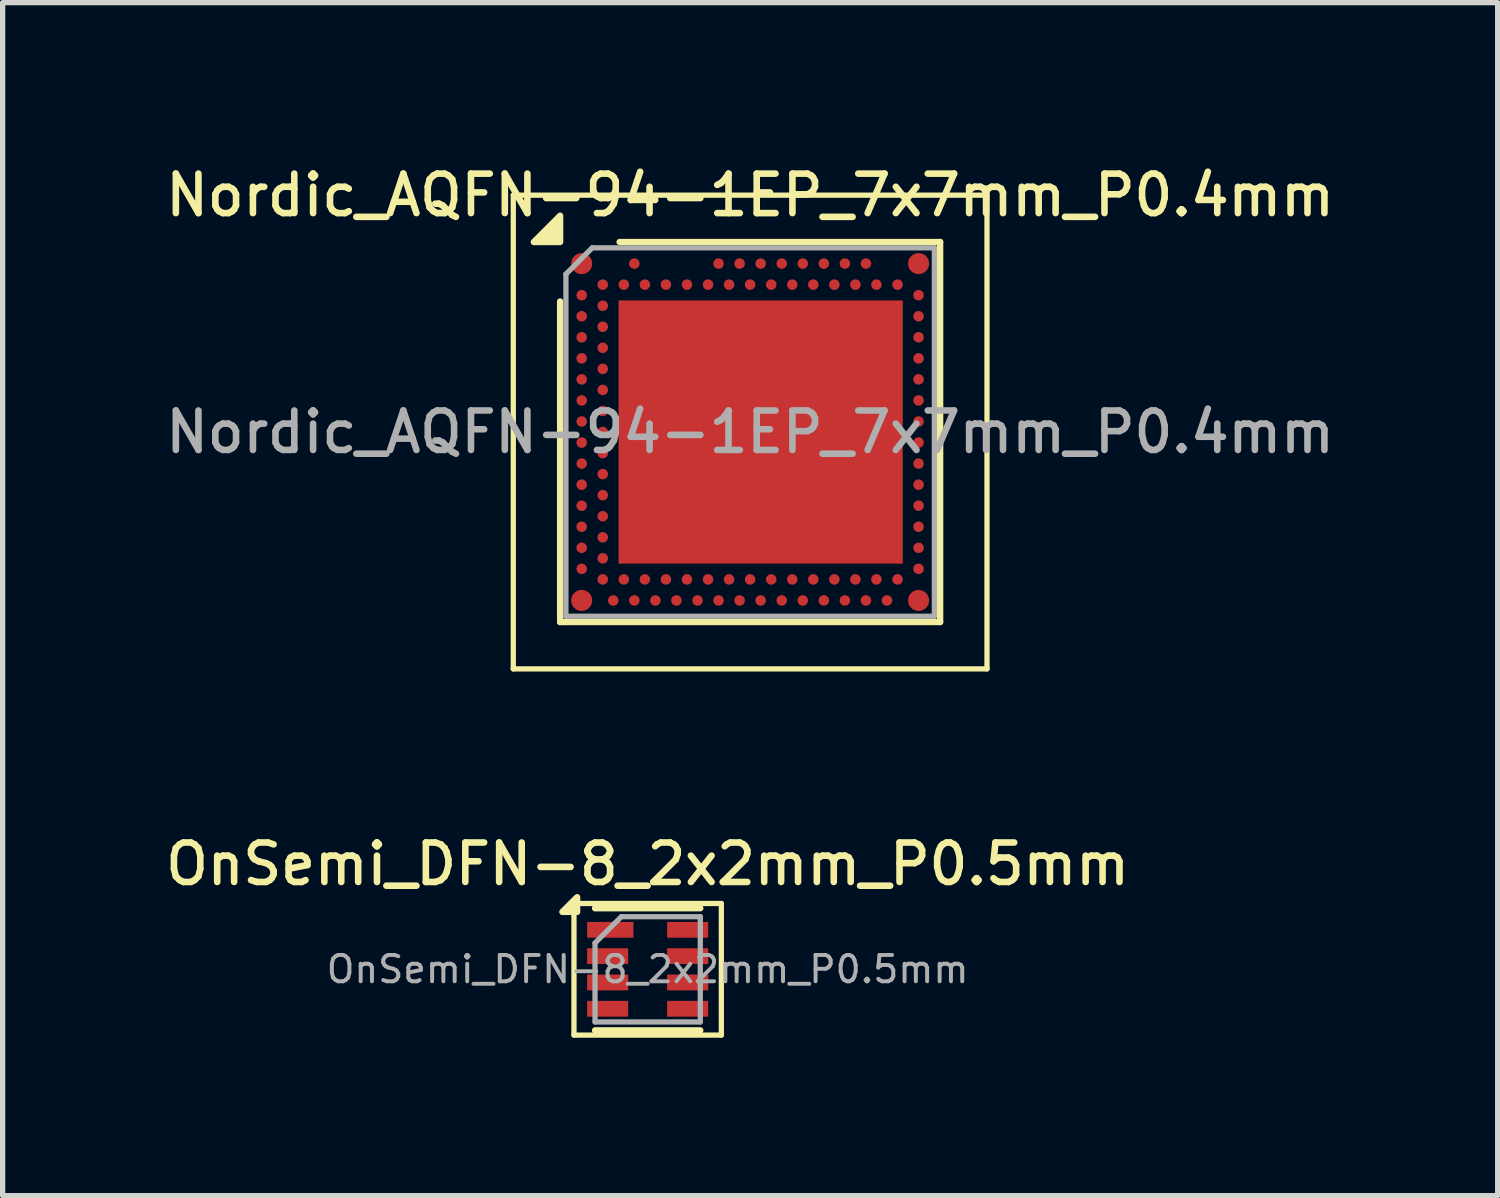
<source format=kicad_pcb>
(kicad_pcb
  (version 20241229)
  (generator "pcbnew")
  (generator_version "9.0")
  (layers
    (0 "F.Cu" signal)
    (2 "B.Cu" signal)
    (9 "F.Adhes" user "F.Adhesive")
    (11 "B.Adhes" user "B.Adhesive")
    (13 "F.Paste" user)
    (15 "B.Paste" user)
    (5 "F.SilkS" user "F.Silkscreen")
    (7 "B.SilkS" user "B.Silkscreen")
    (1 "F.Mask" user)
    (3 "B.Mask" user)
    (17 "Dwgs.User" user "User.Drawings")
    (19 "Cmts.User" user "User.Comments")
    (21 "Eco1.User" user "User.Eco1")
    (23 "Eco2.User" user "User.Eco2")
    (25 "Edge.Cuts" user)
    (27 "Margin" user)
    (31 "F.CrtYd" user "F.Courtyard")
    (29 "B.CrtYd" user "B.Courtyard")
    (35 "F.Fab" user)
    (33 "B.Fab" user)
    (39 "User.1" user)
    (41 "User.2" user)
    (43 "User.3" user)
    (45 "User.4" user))
  (footprint "OnSemi_DFN-8_2x2mm_P0.5mm"
    (layer "F.Cu")
    (at 9.255 15.366)
    (property "Reference" "OnSemi_DFN-8_2x2mm_P0.5mm" (at 0 -2 0) (layer "F.SilkS") (effects (font (size 0.75 0.75) (thickness 0.125))))
    (attr smd)
    (fp_line (start -1.4 -1.25) (end -1.4 1.25) (stroke (width 0.1) (type solid)) (layer "F.SilkS"))
    (fp_line (start -1.4 -1.25) (end 1.4 -1.25) (stroke (width 0.1) (type solid)) (layer "F.SilkS"))
    (fp_line (start -1.4 1.25) (end 1.4 1.25) (stroke (width 0.1) (type solid)) (layer "F.SilkS"))
    (fp_line (start -1 -1.16) (end 1 -1.16) (stroke (width 0.12) (type solid)) (layer "F.SilkS"))
    (fp_line (start -1 1.16) (end 1 1.16) (stroke (width 0.12) (type solid)) (layer "F.SilkS"))
    (fp_line (start 1.4 -1.25) (end 1.4 1.25) (stroke (width 0.1) (type solid)) (layer "F.SilkS"))
    (fp_poly (pts (xy -1.34 -1.09) (xy -1.62 -1.09) (xy -1.34 -1.37) (xy -1.34 -1.09)) (stroke (width 0.12) (type solid)) (fill yes) (layer "F.SilkS"))
    (fp_line (start -1 -0.5) (end -0.5 -1) (stroke (width 0.1) (type solid)) (layer "F.Fab"))
    (fp_line (start -1 1) (end -1 -0.5) (stroke (width 0.1) (type solid)) (layer "F.Fab"))
    (fp_line (start -0.5 -1) (end 1 -1) (stroke (width 0.1) (type solid)) (layer "F.Fab"))
    (fp_line (start 1 -1) (end 1 1) (stroke (width 0.1) (type solid)) (layer "F.Fab"))
    (fp_line (start 1 1) (end -1 1) (stroke (width 0.1) (type solid)) (layer "F.Fab"))
    (fp_text user "${REFERENCE}" (at 0 0 0) (layer "F.Fab") (effects (font (size 0.5 0.5) (thickness 0.075))))
    (pad "1" smd rect (at -0.71 -0.75) (size 0.88 0.3) (layers "F.Cu" "F.Mask" "F.Paste"))
    (pad "2" smd rect (at -0.76 -0.25) (size 0.78 0.3) (layers "F.Cu" "F.Mask" "F.Paste"))
    (pad "3" smd rect (at -0.76 0.25) (size 0.78 0.3) (layers "F.Cu" "F.Mask" "F.Paste"))
    (pad "4" smd rect (at -0.76 0.75) (size 0.78 0.3) (layers "F.Cu" "F.Mask" "F.Paste"))
    (pad "5" smd rect (at 0.76 0.75) (size 0.78 0.3) (layers "F.Cu" "F.Mask" "F.Paste"))
    (pad "6" smd rect (at 0.76 0.25) (size 0.78 0.3) (layers "F.Cu" "F.Mask" "F.Paste"))
    (pad "7" smd rect (at 0.76 -0.25) (size 0.78 0.3) (layers "F.Cu" "F.Mask" "F.Paste"))
    (pad "8" smd rect (at 0.76 -0.75) (size 0.78 0.3) (layers "F.Cu" "F.Mask" "F.Paste")))
  (footprint "Nordic_AQFN-94-1EP_7x7mm_P0.4mm"
    (layer "F.Cu")
    (at 11.202 5.158)
    (property "Reference" "Nordic_AQFN-94-1EP_7x7mm_P0.4mm" (at 0 -4.5 0) (layer "F.SilkS") (effects (font (size 0.75 0.75) (thickness 0.125))))
    (attr smd)
    (fp_line (start -4.5 -4.5) (end 4.5 -4.5) (stroke (width 0.1) (type solid)) (layer "F.SilkS"))
    (fp_line (start -4.5 4.5) (end -4.5 -4.5) (stroke (width 0.1) (type solid)) (layer "F.SilkS"))
    (fp_line (start -3.61 -2.48) (end -3.61 3.61) (stroke (width 0.12) (type solid)) (layer "F.SilkS"))
    (fp_line (start -3.61 3.61) (end 3.61 3.61) (stroke (width 0.12) (type solid)) (layer "F.SilkS"))
    (fp_line (start 3.61 -3.61) (end -2.48 -3.61) (stroke (width 0.12) (type solid)) (layer "F.SilkS"))
    (fp_line (start 3.61 3.61) (end 3.61 -3.61) (stroke (width 0.12) (type solid)) (layer "F.SilkS"))
    (fp_line (start 4.5 -4.5) (end 4.5 4.5) (stroke (width 0.1) (type solid)) (layer "F.SilkS"))
    (fp_line (start 4.5 4.5) (end -4.5 4.5) (stroke (width 0.1) (type solid)) (layer "F.SilkS"))
    (fp_poly (pts (xy -3.61 -3.61) (xy -4.11 -3.61) (xy -3.61 -4.11) (xy -3.61 -3.61)) (stroke (width 0.12) (type solid)) (fill yes) (layer "F.SilkS"))
    (fp_line (start -3.5 -3) (end -3.5 3.5) (stroke (width 0.1) (type solid)) (layer "F.Fab"))
    (fp_line (start -3.5 -3) (end -3 -3.5) (stroke (width 0.1) (type solid)) (layer "F.Fab"))
    (fp_line (start -3.5 3.5) (end 3.5 3.5) (stroke (width 0.1) (type solid)) (layer "F.Fab"))
    (fp_line (start -3 -3.5) (end 3.5 -3.5) (stroke (width 0.1) (type solid)) (layer "F.Fab"))
    (fp_line (start 3.5 -3.5) (end 3.5 3.5) (stroke (width 0.1) (type solid)) (layer "F.Fab"))
    (fp_text user "${REFERENCE}" (at 0 0 0) (layer "F.Fab") (effects (font (size 0.75 0.75) (thickness 0.125))))
    (pad "" smd circle (at -3.2 -3.2) (size 0.4 0.4) (property pad_prop_bga) (layers "F.Cu" "F.Mask" "F.Paste"))
    (pad "" smd circle (at -3.2 3.2) (size 0.4 0.4) (property pad_prop_bga) (layers "F.Cu" "F.Mask" "F.Paste"))
    (pad "" smd rect (at -1.1 -1.2 180) (size 2.2 2) (layers "F.Paste"))
    (pad "" smd rect (at -1.1 1.225 180) (size 2.2 2) (layers "F.Paste"))
    (pad "" smd rect (at 1.5 -1.2 180) (size 2.2 2) (layers "F.Paste"))
    (pad "" smd rect (at 1.5 1.225 180) (size 2.2 2) (layers "F.Paste"))
    (pad "" smd circle (at 3.2 -3.2) (size 0.4 0.4) (property pad_prop_bga) (layers "F.Cu" "F.Mask" "F.Paste"))
    (pad "" smd circle (at 3.2 3.2) (size 0.4 0.4) (property pad_prop_bga) (layers "F.Cu" "F.Mask" "F.Paste"))
    (pad "A5" smd circle (at -2.2 -3.2) (size 0.2 0.2) (property pad_prop_bga) (layers "F.Cu" "F.Mask" "F.Paste"))
    (pad "A13" smd circle (at -0.6 -3.2) (size 0.2 0.2) (property pad_prop_bga) (layers "F.Cu" "F.Mask" "F.Paste"))
    (pad "A15" smd circle (at -0.2 -3.2) (size 0.2 0.2) (property pad_prop_bga) (layers "F.Cu" "F.Mask" "F.Paste"))
    (pad "A17" smd circle (at 0.2 -3.2) (size 0.2 0.2) (property pad_prop_bga) (layers "F.Cu" "F.Mask" "F.Paste"))
    (pad "A19" smd circle (at 0.6 -3.2) (size 0.2 0.2) (property pad_prop_bga) (layers "F.Cu" "F.Mask" "F.Paste"))
    (pad "A21" smd circle (at 1 -3.2) (size 0.2 0.2) (property pad_prop_bga) (layers "F.Cu" "F.Mask" "F.Paste"))
    (pad "A23" smd circle (at 1.4 -3.2) (size 0.2 0.2) (property pad_prop_bga) (layers "F.Cu" "F.Mask" "F.Paste"))
    (pad "A25" smd circle (at 1.8 -3.2) (size 0.2 0.2) (property pad_prop_bga) (layers "F.Cu" "F.Mask" "F.Paste"))
    (pad "A27" smd circle (at 2.2 -3.2) (size 0.2 0.2) (property pad_prop_bga) (layers "F.Cu" "F.Mask" "F.Paste"))
    (pad "AA1" smd circle (at -3.2 1) (size 0.2 0.2) (property pad_prop_bga) (layers "F.Cu" "F.Mask" "F.Paste"))
    (pad "AA31" smd circle (at 3.2 1) (size 0.2 0.2) (property pad_prop_bga) (layers "F.Cu" "F.Mask" "F.Paste"))
    (pad "AB2" smd circle (at -2.8 1.2) (size 0.2 0.2) (property pad_prop_bga) (layers "F.Cu" "F.Mask" "F.Paste"))
    (pad "AC1" smd circle (at -3.2 1.4) (size 0.2 0.2) (property pad_prop_bga) (layers "F.Cu" "F.Mask" "F.Paste"))
    (pad "AC31" smd circle (at 3.2 1.4) (size 0.2 0.2) (property pad_prop_bga) (layers "F.Cu" "F.Mask" "F.Paste"))
    (pad "AD2" smd circle (at -2.8 1.6) (size 0.2 0.2) (property pad_prop_bga) (layers "F.Cu" "F.Mask" "F.Paste"))
    (pad "AE1" smd circle (at -3.2 1.8) (size 0.2 0.2) (property pad_prop_bga) (layers "F.Cu" "F.Mask" "F.Paste"))
    (pad "AE31" smd circle (at 3.2 1.8) (size 0.2 0.2) (property pad_prop_bga) (layers "F.Cu" "F.Mask" "F.Paste"))
    (pad "AF2" smd circle (at -2.8 2) (size 0.2 0.2) (property pad_prop_bga) (layers "F.Cu" "F.Mask" "F.Paste"))
    (pad "AG1" smd circle (at -3.2 2.2) (size 0.2 0.2) (property pad_prop_bga) (layers "F.Cu" "F.Mask" "F.Paste"))
    (pad "AG31" smd circle (at 3.2 2.2) (size 0.2 0.2) (property pad_prop_bga) (layers "F.Cu" "F.Mask" "F.Paste"))
    (pad "AH2" smd circle (at -2.8 2.4) (size 0.2 0.2) (property pad_prop_bga) (layers "F.Cu" "F.Mask" "F.Paste"))
    (pad "AJ1" smd circle (at -3.2 2.6) (size 0.2 0.2) (property pad_prop_bga) (layers "F.Cu" "F.Mask" "F.Paste"))
    (pad "AJ31" smd circle (at 3.2 2.6) (size 0.2 0.2) (property pad_prop_bga) (layers "F.Cu" "F.Mask" "F.Paste"))
    (pad "AK2" smd circle (at -2.8 2.8) (size 0.2 0.2) (property pad_prop_bga) (layers "F.Cu" "F.Mask" "F.Paste"))
    (pad "AK4" smd circle (at -2.4 2.8) (size 0.2 0.2) (property pad_prop_bga) (layers "F.Cu" "F.Mask" "F.Paste"))
    (pad "AK6" smd circle (at -2 2.8) (size 0.2 0.2) (property pad_prop_bga) (layers "F.Cu" "F.Mask" "F.Paste"))
    (pad "AK8" smd circle (at -1.6 2.8) (size 0.2 0.2) (property pad_prop_bga) (layers "F.Cu" "F.Mask" "F.Paste"))
    (pad "AK10" smd circle (at -1.2 2.8) (size 0.2 0.2) (property pad_prop_bga) (layers "F.Cu" "F.Mask" "F.Paste"))
    (pad "AK12" smd circle (at -0.8 2.8) (size 0.2 0.2) (property pad_prop_bga) (layers "F.Cu" "F.Mask" "F.Paste"))
    (pad "AK14" smd circle (at -0.4 2.8) (size 0.2 0.2) (property pad_prop_bga) (layers "F.Cu" "F.Mask" "F.Paste"))
    (pad "AK16" smd circle (at 0 2.8) (size 0.2 0.2) (property pad_prop_bga) (layers "F.Cu" "F.Mask" "F.Paste"))
    (pad "AK18" smd circle (at 0.4 2.8) (size 0.2 0.2) (property pad_prop_bga) (layers "F.Cu" "F.Mask" "F.Paste"))
    (pad "AK20" smd circle (at 0.8 2.8) (size 0.2 0.2) (property pad_prop_bga) (layers "F.Cu" "F.Mask" "F.Paste"))
    (pad "AK22" smd circle (at 1.2 2.8) (size 0.2 0.2) (property pad_prop_bga) (layers "F.Cu" "F.Mask" "F.Paste"))
    (pad "AK24" smd circle (at 1.6 2.8) (size 0.2 0.2) (property pad_prop_bga) (layers "F.Cu" "F.Mask" "F.Paste"))
    (pad "AK26" smd circle (at 2 2.8) (size 0.2 0.2) (property pad_prop_bga) (layers "F.Cu" "F.Mask" "F.Paste"))
    (pad "AK28" smd circle (at 2.4 2.8) (size 0.2 0.2) (property pad_prop_bga) (layers "F.Cu" "F.Mask" "F.Paste"))
    (pad "AK30" smd circle (at 2.8 2.8) (size 0.2 0.2) (property pad_prop_bga) (layers "F.Cu" "F.Mask" "F.Paste"))
    (pad "AL3" smd circle (at -2.6 3.2) (size 0.2 0.2) (property pad_prop_bga) (layers "F.Cu" "F.Mask" "F.Paste"))
    (pad "AL5" smd circle (at -2.2 3.2) (size 0.2 0.2) (property pad_prop_bga) (layers "F.Cu" "F.Mask" "F.Paste"))
    (pad "AL7" smd circle (at -1.8 3.2) (size 0.2 0.2) (property pad_prop_bga) (layers "F.Cu" "F.Mask" "F.Paste"))
    (pad "AL9" smd circle (at -1.4 3.2) (size 0.2 0.2) (property pad_prop_bga) (layers "F.Cu" "F.Mask" "F.Paste"))
    (pad "AL11" smd circle (at -1 3.2) (size 0.2 0.2) (property pad_prop_bga) (layers "F.Cu" "F.Mask" "F.Paste"))
    (pad "AL13" smd circle (at -0.6 3.2) (size 0.2 0.2) (property pad_prop_bga) (layers "F.Cu" "F.Mask" "F.Paste"))
    (pad "AL15" smd circle (at -0.2 3.2) (size 0.2 0.2) (property pad_prop_bga) (layers "F.Cu" "F.Mask" "F.Paste"))
    (pad "AL17" smd circle (at 0.2 3.2) (size 0.2 0.2) (property pad_prop_bga) (layers "F.Cu" "F.Mask" "F.Paste"))
    (pad "AL19" smd circle (at 0.6 3.2) (size 0.2 0.2) (property pad_prop_bga) (layers "F.Cu" "F.Mask" "F.Paste"))
    (pad "AL21" smd circle (at 1 3.2) (size 0.2 0.2) (property pad_prop_bga) (layers "F.Cu" "F.Mask" "F.Paste"))
    (pad "AL23" smd circle (at 1.4 3.2) (size 0.2 0.2) (property pad_prop_bga) (layers "F.Cu" "F.Mask" "F.Paste"))
    (pad "AL25" smd circle (at 1.8 3.2) (size 0.2 0.2) (property pad_prop_bga) (layers "F.Cu" "F.Mask" "F.Paste"))
    (pad "AL27" smd circle (at 2.2 3.2) (size 0.2 0.2) (property pad_prop_bga) (layers "F.Cu" "F.Mask" "F.Paste"))
    (pad "AL29" smd circle (at 2.6 3.2) (size 0.2 0.2) (property pad_prop_bga) (layers "F.Cu" "F.Mask" "F.Paste"))
    (pad "B2" smd circle (at -2.8 -2.8) (size 0.2 0.2) (property pad_prop_bga) (layers "F.Cu" "F.Mask" "F.Paste"))
    (pad "B4" smd circle (at -2.4 -2.8) (size 0.2 0.2) (property pad_prop_bga) (layers "F.Cu" "F.Mask" "F.Paste"))
    (pad "B6" smd circle (at -2 -2.8) (size 0.2 0.2) (property pad_prop_bga) (layers "F.Cu" "F.Mask" "F.Paste"))
    (pad "B8" smd circle (at -1.6 -2.8) (size 0.2 0.2) (property pad_prop_bga) (layers "F.Cu" "F.Mask" "F.Paste"))
    (pad "B10" smd circle (at -1.2 -2.8) (size 0.2 0.2) (property pad_prop_bga) (layers "F.Cu" "F.Mask" "F.Paste"))
    (pad "B12" smd circle (at -0.8 -2.8) (size 0.2 0.2) (property pad_prop_bga) (layers "F.Cu" "F.Mask" "F.Paste"))
    (pad "B14" smd circle (at -0.4 -2.8) (size 0.2 0.2) (property pad_prop_bga) (layers "F.Cu" "F.Mask" "F.Paste"))
    (pad "B16" smd circle (at 0 -2.8) (size 0.2 0.2) (property pad_prop_bga) (layers "F.Cu" "F.Mask" "F.Paste"))
    (pad "B18" smd circle (at 0.4 -2.8) (size 0.2 0.2) (property pad_prop_bga) (layers "F.Cu" "F.Mask" "F.Paste"))
    (pad "B20" smd circle (at 0.8 -2.8) (size 0.2 0.2) (property pad_prop_bga) (layers "F.Cu" "F.Mask" "F.Paste"))
    (pad "B22" smd circle (at 1.2 -2.8) (size 0.2 0.2) (property pad_prop_bga) (layers "F.Cu" "F.Mask" "F.Paste"))
    (pad "B24" smd circle (at 1.6 -2.8) (size 0.2 0.2) (property pad_prop_bga) (layers "F.Cu" "F.Mask" "F.Paste"))
    (pad "B26" smd circle (at 2 -2.8) (size 0.2 0.2) (property pad_prop_bga) (layers "F.Cu" "F.Mask" "F.Paste"))
    (pad "B28" smd circle (at 2.4 -2.8) (size 0.2 0.2) (property pad_prop_bga) (layers "F.Cu" "F.Mask" "F.Paste"))
    (pad "B30" smd circle (at 2.8 -2.8) (size 0.2 0.2) (property pad_prop_bga) (layers "F.Cu" "F.Mask" "F.Paste"))
    (pad "C1" smd circle (at -3.2 -2.6) (size 0.2 0.2) (property pad_prop_bga) (layers "F.Cu" "F.Mask" "F.Paste"))
    (pad "C31" smd circle (at 3.2 -2.6) (size 0.2 0.2) (property pad_prop_bga) (layers "F.Cu" "F.Mask" "F.Paste"))
    (pad "D2" smd circle (at -2.8 -2.4) (size 0.2 0.2) (property pad_prop_bga) (layers "F.Cu" "F.Mask" "F.Paste"))
    (pad "E1" smd circle (at -3.2 -2.2) (size 0.2 0.2) (property pad_prop_bga) (layers "F.Cu" "F.Mask" "F.Paste"))
    (pad "E31" smd circle (at 3.2 -2.2) (size 0.2 0.2) (property pad_prop_bga) (layers "F.Cu" "F.Mask" "F.Paste"))
    (pad "EP" smd rect (at 0.2 0 180) (size 5.4 5) (layers "F.Cu" "F.Mask"))
    (pad "F2" smd circle (at -2.8 -2) (size 0.2 0.2) (property pad_prop_bga) (layers "F.Cu" "F.Mask" "F.Paste"))
    (pad "G1" smd circle (at -3.2 -1.8) (size 0.2 0.2) (property pad_prop_bga) (layers "F.Cu" "F.Mask" "F.Paste"))
    (pad "G31" smd circle (at 3.2 -1.8) (size 0.2 0.2) (property pad_prop_bga) (layers "F.Cu" "F.Mask" "F.Paste"))
    (pad "H2" smd circle (at -2.8 -1.6) (size 0.2 0.2) (property pad_prop_bga) (layers "F.Cu" "F.Mask" "F.Paste"))
    (pad "J1" smd circle (at -3.2 -1.4) (size 0.2 0.2) (property pad_prop_bga) (layers "F.Cu" "F.Mask" "F.Paste"))
    (pad "J31" smd circle (at 3.2 -1.4) (size 0.2 0.2) (property pad_prop_bga) (layers "F.Cu" "F.Mask" "F.Paste"))
    (pad "K2" smd circle (at -2.8 -1.2) (size 0.2 0.2) (property pad_prop_bga) (layers "F.Cu" "F.Mask" "F.Paste"))
    (pad "L1" smd circle (at -3.2 -1) (size 0.2 0.2) (property pad_prop_bga) (layers "F.Cu" "F.Mask" "F.Paste"))
    (pad "L31" smd circle (at 3.2 -1) (size 0.2 0.2) (property pad_prop_bga) (layers "F.Cu" "F.Mask" "F.Paste"))
    (pad "M2" smd circle (at -2.8 -0.8) (size 0.2 0.2) (property pad_prop_bga) (layers "F.Cu" "F.Mask" "F.Paste"))
    (pad "N1" smd circle (at -3.2 -0.6) (size 0.2 0.2) (property pad_prop_bga) (layers "F.Cu" "F.Mask" "F.Paste"))
    (pad "N31" smd circle (at 3.2 -0.6) (size 0.2 0.2) (property pad_prop_bga) (layers "F.Cu" "F.Mask" "F.Paste"))
    (pad "P2" smd circle (at -2.8 -0.4) (size 0.2 0.2) (property pad_prop_bga) (layers "F.Cu" "F.Mask" "F.Paste"))
    (pad "R1" smd circle (at -3.2 -0.2) (size 0.2 0.2) (property pad_prop_bga) (layers "F.Cu" "F.Mask" "F.Paste"))
    (pad "R31" smd circle (at 3.2 -0.2) (size 0.2 0.2) (property pad_prop_bga) (layers "F.Cu" "F.Mask" "F.Paste"))
    (pad "T2" smd circle (at -2.8 0) (size 0.2 0.2) (property pad_prop_bga) (layers "F.Cu" "F.Mask" "F.Paste"))
    (pad "U1" smd circle (at -3.2 0.2) (size 0.2 0.2) (property pad_prop_bga) (layers "F.Cu" "F.Mask" "F.Paste"))
    (pad "U31" smd circle (at 3.2 0.2) (size 0.2 0.2) (property pad_prop_bga) (layers "F.Cu" "F.Mask" "F.Paste"))
    (pad "V2" smd circle (at -2.8 0.4) (size 0.2 0.2) (property pad_prop_bga) (layers "F.Cu" "F.Mask" "F.Paste"))
    (pad "W1" smd circle (at -3.2 0.6) (size 0.2 0.2) (property pad_prop_bga) (layers "F.Cu" "F.Mask" "F.Paste"))
    (pad "W31" smd circle (at 3.2 0.6) (size 0.2 0.2) (property pad_prop_bga) (layers "F.Cu" "F.Mask" "F.Paste"))
    (pad "Y2" smd circle (at -2.8 0.8) (size 0.2 0.2) (property pad_prop_bga) (layers "F.Cu" "F.Mask" "F.Paste")))
  (gr_rect
    (start -3 -3)
    (end 25.404 19.666)
    (stroke (width 0.1) (type default))
    (fill no)
    (layer "Edge.Cuts")))
</source>
